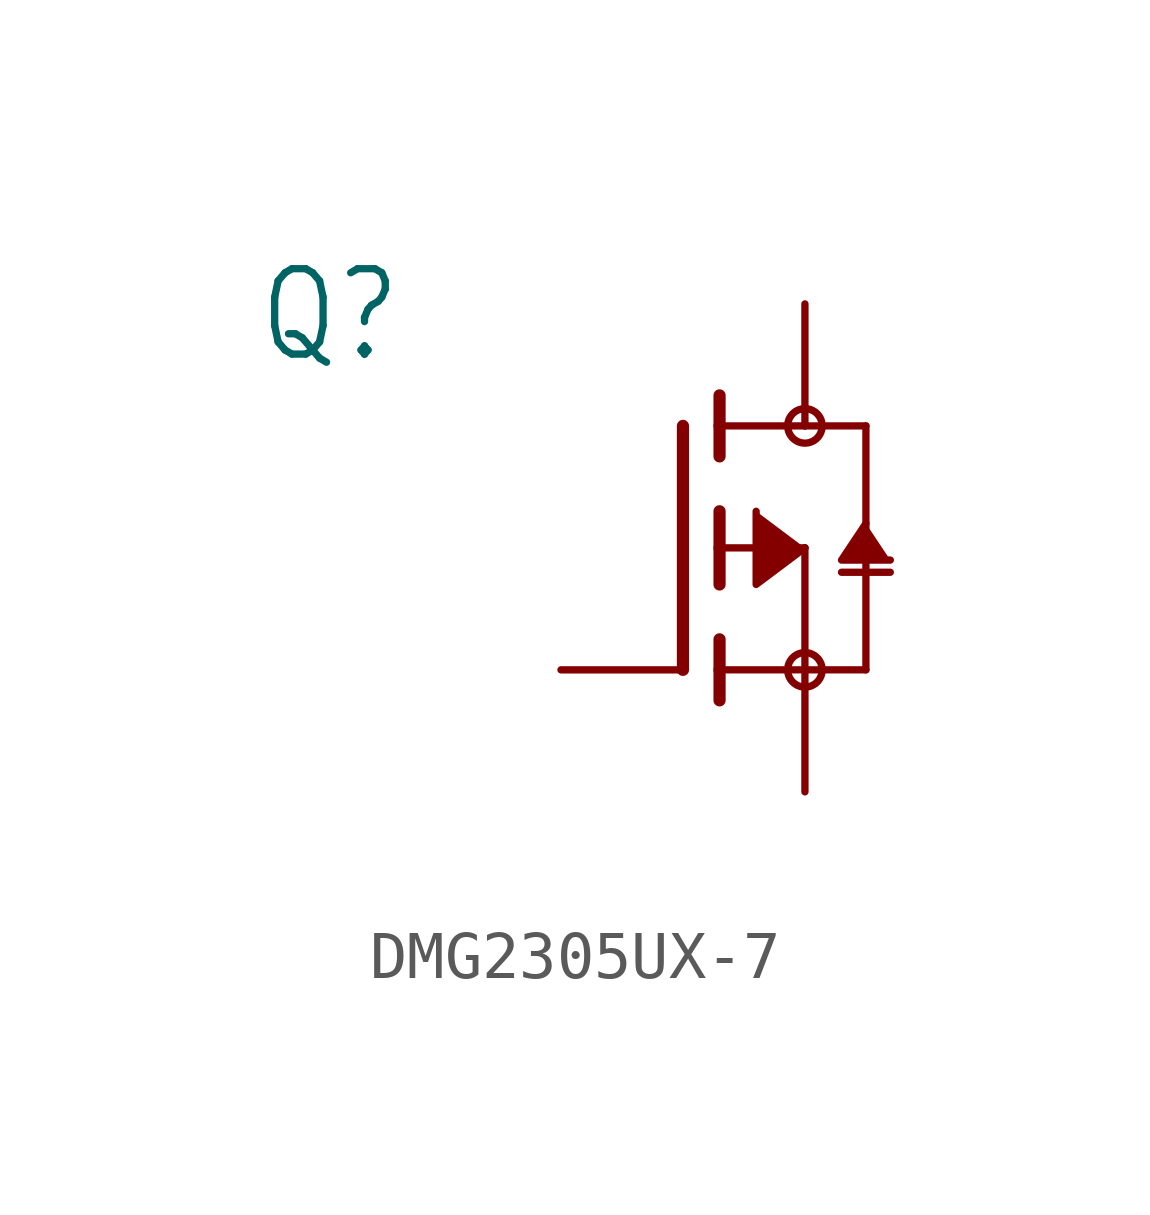
<source format=kicad_sym>
(kicad_symbol_lib
  (version 20241209)
  (generator "kicad_symbol_editor")
  (generator_version "9.0")
  (symbol "DMG2305UX-7"
    (property "Reference" "Q"
      (at -8.89 3.81 0)
      (effects (font (size 1.778 1.511)) (justify left bottom)))
    (property "Value" ""
      (at -8.89 -6.35 0)
      (effects (font (size 1.778 1.511)) (justify left bottom)))
    (property "ki_locked" ""
      (at 0 0 0)
      (effects (font (size 1.27 1.27))))
    (symbol "DMG2305UX-7_1_0"
      (polyline (pts (xy 0 -2.54) (xy 0 2.54)) (stroke (width 0.254) (type solid)) (fill (type none)))
      (polyline (pts (xy 0.762 2.54) (xy 0.762 3.175)) (stroke (width 0.254) (type solid)) (fill (type none)))
      (polyline (pts (xy 0.762 1.905) (xy 0.762 2.54)) (stroke (width 0.254) (type solid)) (fill (type none)))
      (polyline (pts (xy 0.762 0) (xy 0.762 0.762)) (stroke (width 0.254) (type solid)) (fill (type none)))
      (polyline (pts (xy 0.762 0) (xy 2.54 0)) (stroke (width 0.152) (type solid)) (fill (type none)))
      (polyline (pts (xy 0.762 -0.762) (xy 0.762 0)) (stroke (width 0.254) (type solid)) (fill (type none)))
      (polyline (pts (xy 0.762 -2.54) (xy 0.762 -1.905)) (stroke (width 0.254) (type solid)) (fill (type none)))
      (polyline (pts (xy 0.762 -2.54) (xy 2.54 -2.54)) (stroke (width 0.152) (type solid)) (fill (type none)))
      (polyline (pts (xy 0.762 -3.175) (xy 0.762 -2.54)) (stroke (width 0.254) (type solid)) (fill (type none)))
      (polyline (pts (xy 2.54 2.54) (xy 0.762 2.54)) (stroke (width 0.152) (type solid)) (fill (type none)))
      (polyline (pts (xy 2.54 2.54) (xy 3.81 2.54)) (stroke (width 0.152) (type solid)) (fill (type none)))
      (circle (center 2.54 2.54) (radius 0.359) (stroke (width 0) (type solid)) (fill (type none)))
      (polyline (pts (xy 2.54 0) (xy 1.524 -0.762) (xy 1.524 0.762)) (stroke (width 0.152) (type solid)) (fill (type outline)))
      (polyline (pts (xy 2.54 -2.54) (xy 2.54 0)) (stroke (width 0.152) (type solid)) (fill (type none)))
      (polyline (pts (xy 2.54 -2.54) (xy 3.81 -2.54)) (stroke (width 0.152) (type solid)) (fill (type none)))
      (circle (center 2.54 -2.54) (radius 0.359) (stroke (width 0) (type solid)) (fill (type none)))
      (polyline (pts (xy 3.81 2.54) (xy 3.81 -0.508)) (stroke (width 0.152) (type solid)) (fill (type none)))
      (polyline (pts (xy 3.81 0.508) (xy 3.302 -0.254) (xy 4.318 -0.254)) (stroke (width 0.152) (type solid)) (fill (type outline)))
      (polyline (pts (xy 3.81 -0.508) (xy 3.302 -0.508)) (stroke (width 0.152) (type solid)) (fill (type none)))
      (polyline (pts (xy 3.81 -0.508) (xy 3.81 -2.54)) (stroke (width 0.152) (type solid)) (fill (type none)))
      (polyline (pts (xy 4.318 -0.508) (xy 3.81 -0.508)) (stroke (width 0.152) (type solid)) (fill (type none)))
      (pin passive line (at -2.54 -2.54 0) (length 2.54) (name "G" (effects (font (size 0 0)))) (number "1" (effects (font (size 0 0)))))
      (pin passive line (at 2.54 5.08 270) (length 2.54) (name "D" (effects (font (size 0 0)))) (number "3" (effects (font (size 0 0)))))
      (pin passive line (at 2.54 -5.08 90) (length 2.54) (name "S" (effects (font (size 0 0)))) (number "2" (effects (font (size 0 0))))))))
</source>
